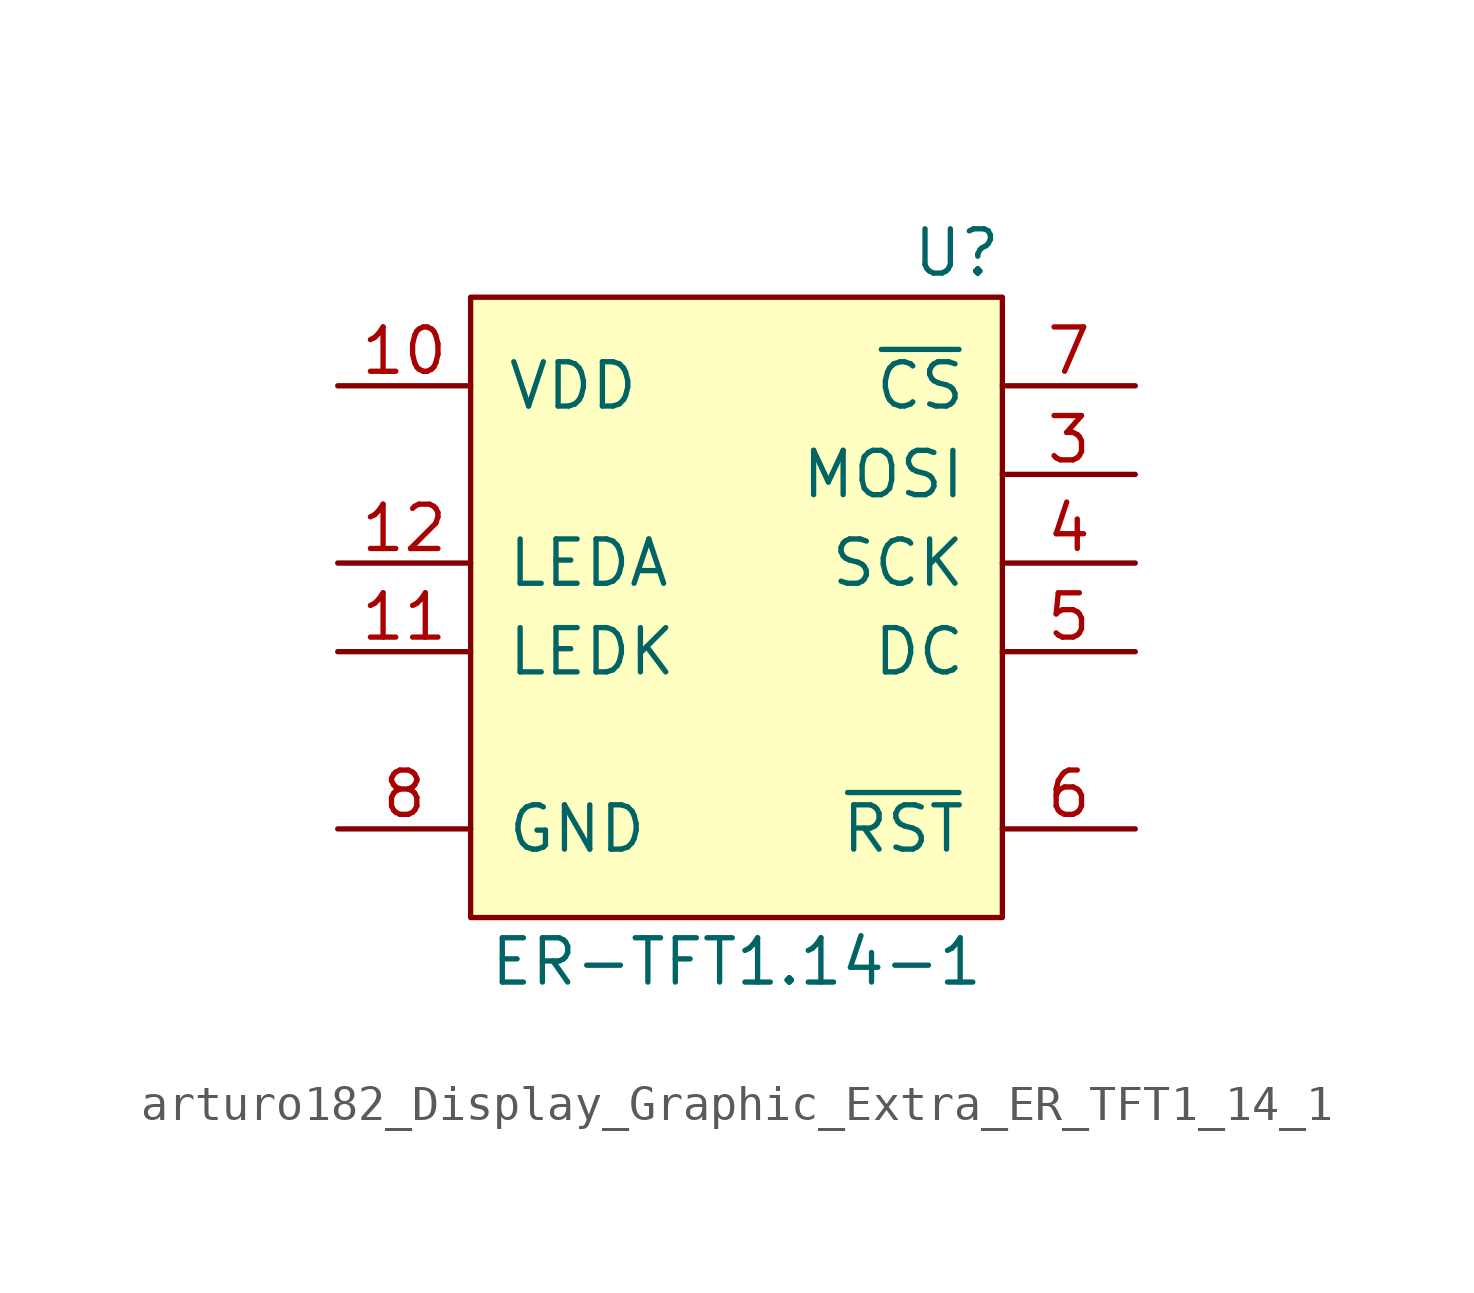
<source format=kicad_sym>
(kicad_symbol_lib
  (version 20220914)
  (generator kicad_symbol_editor)
  (symbol "arturo182_Display_Graphic_Extra_ER_TFT1_14_1"
    (pin_names
      (offset 1.016))
    (property "Reference" "U"
      (at 7.62 8.89 0)
      (effects (font (size 1.27 1.27)) (justify right)))
    (property "Value" "ER-TFT1.14-1"
      (at 0 -11.43 0)
      (effects (font (size 1.27 1.27))))
    (symbol "arturo182_Display_Graphic_Extra_ER_TFT1_14_1_0_1"
      (rectangle (start -7.62 7.62) (end 7.62 -10.16) (stroke (width 0.152) (type default)) (fill (type background))))
    (symbol "arturo182_Display_Graphic_Extra_ER_TFT1_14_1_1_1"
      (pin no_connect line (at 0 3.81 0) (length 3.81) hide (name "~" (effects (font (size 1.27 1.27)))) (number "1" (effects (font (size 1.27 1.27)))))
      (pin power_in line (at -11.43 5.08 0) (length 3.81) (name "VDD" (effects (font (size 1.27 1.27)))) (number "10" (effects (font (size 1.27 1.27)))))
      (pin input line (at -11.43 -2.54 0) (length 3.81) (name "LEDK" (effects (font (size 1.27 1.27)))) (number "11" (effects (font (size 1.27 1.27)))))
      (pin input line (at -11.43 0 0) (length 3.81) (name "LEDA" (effects (font (size 1.27 1.27)))) (number "12" (effects (font (size 1.27 1.27)))))
      (pin passive line (at -11.43 -7.62 0) (length 3.81) hide (name "GND" (effects (font (size 1.27 1.27)))) (number "13" (effects (font (size 1.27 1.27)))))
      (pin no_connect line (at 0 1.27 0) (length 3.81) hide (name "~" (effects (font (size 1.27 1.27)))) (number "2" (effects (font (size 1.27 1.27)))))
      (pin input line (at 11.43 2.54 180) (length 3.81) (name "MOSI" (effects (font (size 1.27 1.27)))) (number "3" (effects (font (size 1.27 1.27)))))
      (pin input line (at 11.43 0 180) (length 3.81) (name "SCK" (effects (font (size 1.27 1.27)))) (number "4" (effects (font (size 1.27 1.27)))))
      (pin input line (at 11.43 -2.54 180) (length 3.81) (name "DC" (effects (font (size 1.27 1.27)))) (number "5" (effects (font (size 1.27 1.27)))))
      (pin input line (at 11.43 -7.62 180) (length 3.81) (name "~{RST}" (effects (font (size 1.27 1.27)))) (number "6" (effects (font (size 1.27 1.27)))))
      (pin input line (at 11.43 5.08 180) (length 3.81) (name "~{CS}" (effects (font (size 1.27 1.27)))) (number "7" (effects (font (size 1.27 1.27)))))
      (pin power_in line (at -11.43 -7.62 0) (length 3.81) (name "GND" (effects (font (size 1.27 1.27)))) (number "8" (effects (font (size 1.27 1.27)))))
      (pin no_connect line (at 0 -1.27 0) (length 3.81) hide (name "~" (effects (font (size 1.27 1.27)))) (number "9" (effects (font (size 1.27 1.27))))))))
</source>
